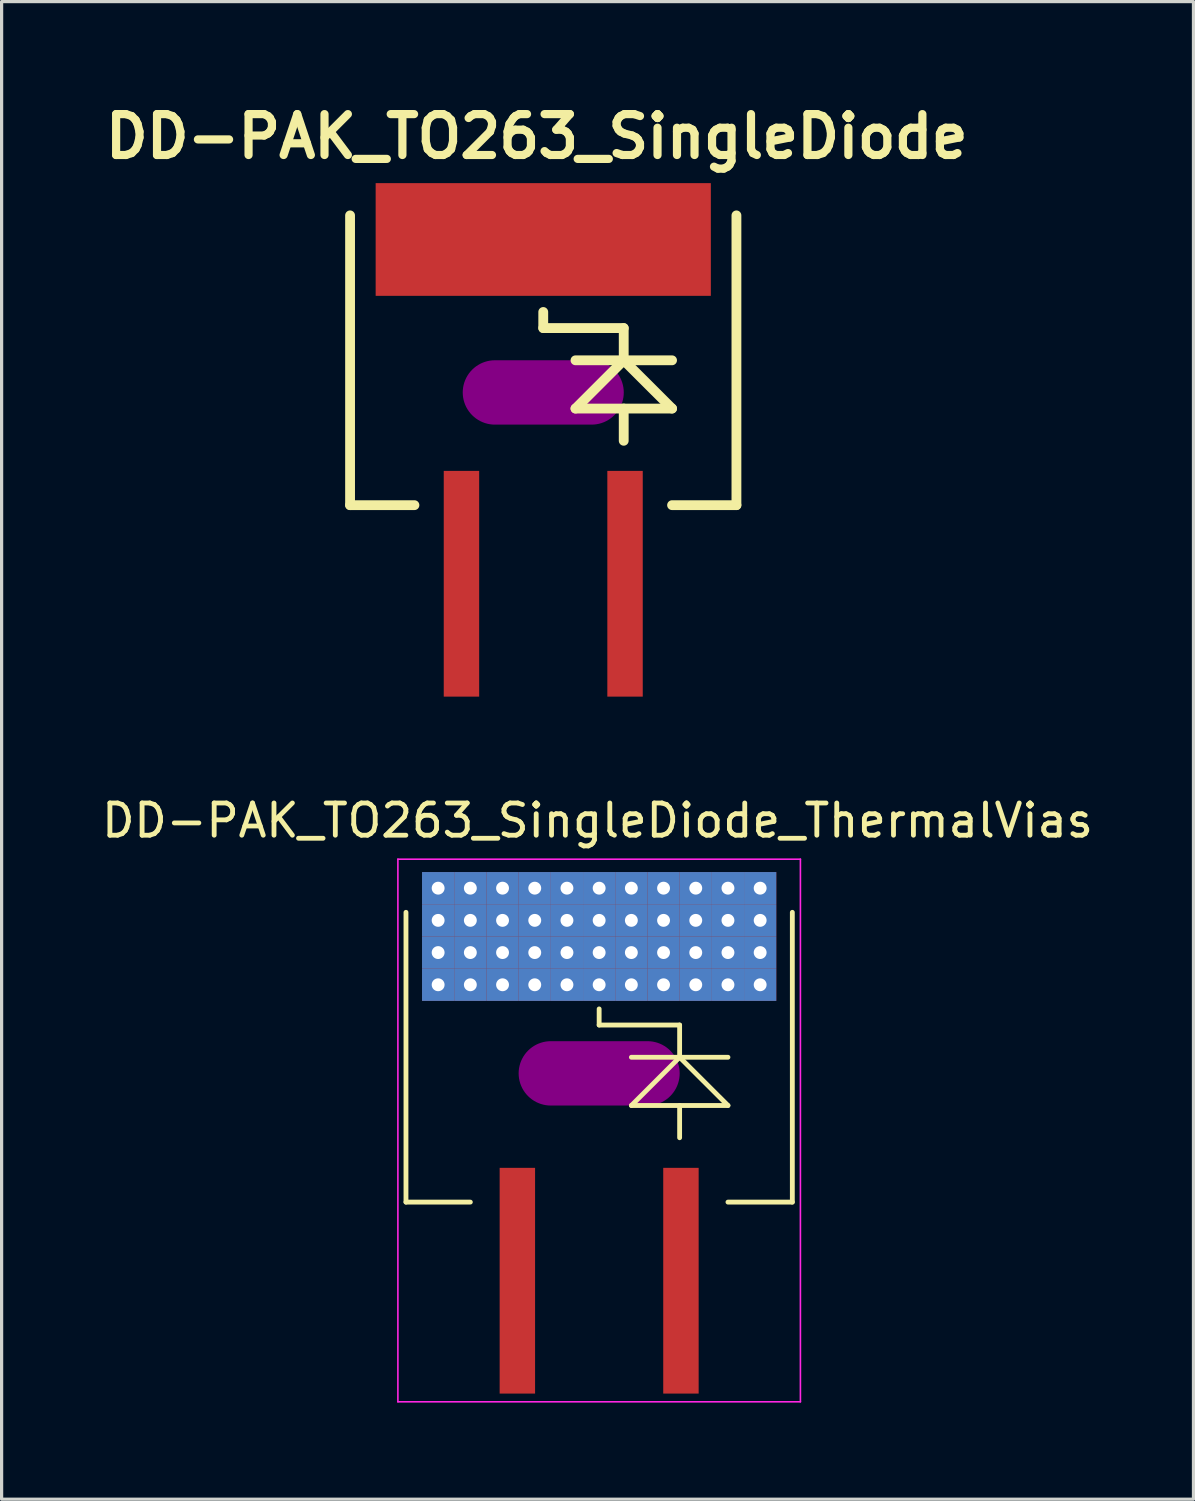
<source format=kicad_pcb>
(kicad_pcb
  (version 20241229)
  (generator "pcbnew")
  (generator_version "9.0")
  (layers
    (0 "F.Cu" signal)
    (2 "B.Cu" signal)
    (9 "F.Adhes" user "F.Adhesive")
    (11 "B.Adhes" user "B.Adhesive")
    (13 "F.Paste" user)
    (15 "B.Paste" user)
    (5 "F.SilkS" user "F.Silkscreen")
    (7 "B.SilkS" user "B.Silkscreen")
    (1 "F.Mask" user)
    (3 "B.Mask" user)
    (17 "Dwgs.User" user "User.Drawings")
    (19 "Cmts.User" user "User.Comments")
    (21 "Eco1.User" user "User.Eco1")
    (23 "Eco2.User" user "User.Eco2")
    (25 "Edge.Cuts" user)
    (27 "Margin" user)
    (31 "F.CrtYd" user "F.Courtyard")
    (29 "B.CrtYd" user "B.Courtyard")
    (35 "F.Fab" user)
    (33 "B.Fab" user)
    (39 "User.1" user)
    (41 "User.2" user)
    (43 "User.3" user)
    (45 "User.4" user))
  (footprint "DD-PAK_TO263_SingleDiode_ThermalVias"
    (layer "F.Cu")
    (at 15.556 32.281)
    (property "Reference" "DD-PAK_TO263_SingleDiode_ThermalVias" (at -0.05 -9.85 0) (layer "F.SilkS") (effects (font (size 1 1) (thickness 0.15))))
    (attr smd)
    (fp_line (start -5.5 -8.25) (end 5.5 -8.25) (stroke (width 0.45) (type solid)) (layer "F.Mask"))
    (fp_line (start -5.5 -4.25) (end -5.5 -8.25) (stroke (width 0.45) (type solid)) (layer "F.Mask"))
    (fp_line (start -5.25 -7.25) (end 5.25 -7.25) (stroke (width 0.45) (type solid)) (layer "F.Mask"))
    (fp_line (start -5.25 -6.25) (end 5.25 -6.25) (stroke (width 0.45) (type solid)) (layer "F.Mask"))
    (fp_line (start -5.25 -5.25) (end 5.25 -5.25) (stroke (width 0.45) (type solid)) (layer "F.Mask"))
    (fp_line (start -4.5 -8.05) (end -4.5 -4.5) (stroke (width 0.45) (type solid)) (layer "F.Mask"))
    (fp_line (start -3.5 -8.05) (end -3.5 -4.5) (stroke (width 0.45) (type solid)) (layer "F.Mask"))
    (fp_line (start -2.5 -8.05) (end -2.5 -4.5) (stroke (width 0.45) (type solid)) (layer "F.Mask"))
    (fp_line (start -1.5 -8.05) (end -1.5 -4.5) (stroke (width 0.45) (type solid)) (layer "F.Mask"))
    (fp_line (start -0.5 -8.05) (end -0.5 -4.5) (stroke (width 0.45) (type solid)) (layer "F.Mask"))
    (fp_line (start 0.5 -8.05) (end 0.5 -4.5) (stroke (width 0.45) (type solid)) (layer "F.Mask"))
    (fp_line (start 1.5 -8.05) (end 1.5 -4.5) (stroke (width 0.45) (type solid)) (layer "F.Mask"))
    (fp_line (start 2.5 -8.05) (end 2.5 -4.5) (stroke (width 0.45) (type solid)) (layer "F.Mask"))
    (fp_line (start 3.5 -8.05) (end 3.5 -4.5) (stroke (width 0.45) (type solid)) (layer "F.Mask"))
    (fp_line (start 4.5 -8.05) (end 4.5 -4.5) (stroke (width 0.45) (type solid)) (layer "F.Mask"))
    (fp_line (start 5.5 -8.25) (end 5.5 -4.25) (stroke (width 0.45) (type solid)) (layer "F.Mask"))
    (fp_line (start 5.5 -4.25) (end -5.5 -4.25) (stroke (width 0.45) (type solid)) (layer "F.Mask"))
    (fp_circle (center -5 -7.75) (end -4.9 -7.75) (stroke (width 0.215) (type solid)) (fill no) (layer "F.Mask"))
    (fp_circle (center -5 -6.75) (end -4.9 -6.75) (stroke (width 0.215) (type solid)) (fill no) (layer "F.Mask"))
    (fp_circle (center -5 -5.75) (end -4.9 -5.75) (stroke (width 0.215) (type solid)) (fill no) (layer "F.Mask"))
    (fp_circle (center -5 -4.75) (end -4.9 -4.75) (stroke (width 0.215) (type solid)) (fill no) (layer "F.Mask"))
    (fp_circle (center -4 -7.75) (end -3.9 -7.75) (stroke (width 0.215) (type solid)) (fill no) (layer "F.Mask"))
    (fp_circle (center -4 -6.75) (end -3.9 -6.75) (stroke (width 0.215) (type solid)) (fill no) (layer "F.Mask"))
    (fp_circle (center -4 -5.75) (end -3.9 -5.75) (stroke (width 0.215) (type solid)) (fill no) (layer "F.Mask"))
    (fp_circle (center -4 -4.75) (end -3.9 -4.75) (stroke (width 0.215) (type solid)) (fill no) (layer "F.Mask"))
    (fp_circle (center -3 -7.75) (end -2.9 -7.75) (stroke (width 0.215) (type solid)) (fill no) (layer "F.Mask"))
    (fp_circle (center -3 -6.75) (end -2.9 -6.75) (stroke (width 0.215) (type solid)) (fill no) (layer "F.Mask"))
    (fp_circle (center -3 -5.75) (end -2.9 -5.75) (stroke (width 0.215) (type solid)) (fill no) (layer "F.Mask"))
    (fp_circle (center -3 -4.75) (end -2.9 -4.75) (stroke (width 0.215) (type solid)) (fill no) (layer "F.Mask"))
    (fp_circle (center -2 -7.75) (end -1.9 -7.75) (stroke (width 0.215) (type solid)) (fill no) (layer "F.Mask"))
    (fp_circle (center -2 -6.75) (end -1.9 -6.75) (stroke (width 0.215) (type solid)) (fill no) (layer "F.Mask"))
    (fp_circle (center -2 -5.75) (end -1.9 -5.75) (stroke (width 0.215) (type solid)) (fill no) (layer "F.Mask"))
    (fp_circle (center -2 -4.75) (end -1.9 -4.75) (stroke (width 0.215) (type solid)) (fill no) (layer "F.Mask"))
    (fp_circle (center -1 -7.75) (end -0.9 -7.75) (stroke (width 0.215) (type solid)) (fill no) (layer "F.Mask"))
    (fp_circle (center -1 -6.75) (end -0.9 -6.75) (stroke (width 0.215) (type solid)) (fill no) (layer "F.Mask"))
    (fp_circle (center -1 -5.75) (end -0.9 -5.75) (stroke (width 0.215) (type solid)) (fill no) (layer "F.Mask"))
    (fp_circle (center -1 -4.75) (end -0.9 -4.75) (stroke (width 0.215) (type solid)) (fill no) (layer "F.Mask"))
    (fp_circle (center 0 -7.75) (end 0.1 -7.75) (stroke (width 0.215) (type solid)) (fill no) (layer "F.Mask"))
    (fp_circle (center 0 -6.75) (end 0.1 -6.75) (stroke (width 0.215) (type solid)) (fill no) (layer "F.Mask"))
    (fp_circle (center 0 -5.75) (end 0.1 -5.75) (stroke (width 0.215) (type solid)) (fill no) (layer "F.Mask"))
    (fp_circle (center 0 -4.75) (end 0.1 -4.75) (stroke (width 0.215) (type solid)) (fill no) (layer "F.Mask"))
    (fp_circle (center 1 -7.75) (end 1.1 -7.75) (stroke (width 0.215) (type solid)) (fill no) (layer "F.Mask"))
    (fp_circle (center 1 -6.75) (end 1.1 -6.75) (stroke (width 0.215) (type solid)) (fill no) (layer "F.Mask"))
    (fp_circle (center 1 -5.75) (end 1.1 -5.75) (stroke (width 0.215) (type solid)) (fill no) (layer "F.Mask"))
    (fp_circle (center 1 -4.75) (end 1.1 -4.75) (stroke (width 0.215) (type solid)) (fill no) (layer "F.Mask"))
    (fp_circle (center 2 -7.75) (end 2.1 -7.75) (stroke (width 0.215) (type solid)) (fill no) (layer "F.Mask"))
    (fp_circle (center 2 -6.75) (end 2.1 -6.75) (stroke (width 0.215) (type solid)) (fill no) (layer "F.Mask"))
    (fp_circle (center 2 -5.75) (end 2.1 -5.75) (stroke (width 0.215) (type solid)) (fill no) (layer "F.Mask"))
    (fp_circle (center 2 -4.75) (end 2.1 -4.75) (stroke (width 0.215) (type solid)) (fill no) (layer "F.Mask"))
    (fp_circle (center 3 -7.75) (end 3.1 -7.75) (stroke (width 0.215) (type solid)) (fill no) (layer "F.Mask"))
    (fp_circle (center 3 -6.75) (end 3.1 -6.75) (stroke (width 0.215) (type solid)) (fill no) (layer "F.Mask"))
    (fp_circle (center 3 -5.75) (end 3.1 -5.75) (stroke (width 0.215) (type solid)) (fill no) (layer "F.Mask"))
    (fp_circle (center 3 -4.75) (end 3.1 -4.75) (stroke (width 0.215) (type solid)) (fill no) (layer "F.Mask"))
    (fp_circle (center 4 -7.75) (end 4.1 -7.75) (stroke (width 0.215) (type solid)) (fill no) (layer "F.Mask"))
    (fp_circle (center 4 -6.75) (end 4.1 -6.75) (stroke (width 0.215) (type solid)) (fill no) (layer "F.Mask"))
    (fp_circle (center 4 -5.75) (end 4.1 -5.75) (stroke (width 0.215) (type solid)) (fill no) (layer "F.Mask"))
    (fp_circle (center 4 -4.75) (end 4.1 -4.75) (stroke (width 0.215) (type solid)) (fill no) (layer "F.Mask"))
    (fp_circle (center 5 -7.75) (end 5.1 -7.75) (stroke (width 0.215) (type solid)) (fill no) (layer "F.Mask"))
    (fp_circle (center 5 -6.75) (end 5.1 -6.75) (stroke (width 0.215) (type solid)) (fill no) (layer "F.Mask"))
    (fp_circle (center 5 -5.75) (end 5.1 -5.75) (stroke (width 0.215) (type solid)) (fill no) (layer "F.Mask"))
    (fp_circle (center 5 -4.75) (end 5.1 -4.75) (stroke (width 0.215) (type solid)) (fill no) (layer "F.Mask"))
    (fp_line (start -5.999 -7) (end -5.999 1.999) (stroke (width 0.15) (type solid)) (layer "F.SilkS"))
    (fp_line (start -5.999 1.999) (end -4 1.999) (stroke (width 0.15) (type solid)) (layer "F.SilkS"))
    (fp_line (start 0 -3.5) (end 0 -4) (stroke (width 0.15) (type solid)) (layer "F.SilkS"))
    (fp_line (start 1.001 -2.499) (end 4 -2.499) (stroke (width 0.15) (type solid)) (layer "F.SilkS"))
    (fp_line (start 1.001 -1.001) (end 4 -1.001) (stroke (width 0.15) (type solid)) (layer "F.SilkS"))
    (fp_line (start 2.499 -3.5) (end 0 -3.5) (stroke (width 0.15) (type solid)) (layer "F.SilkS"))
    (fp_line (start 2.499 -2.499) (end 1.001 -1.001) (stroke (width 0.15) (type solid)) (layer "F.SilkS"))
    (fp_line (start 2.499 -2.499) (end 2.499 -3.5) (stroke (width 0.15) (type solid)) (layer "F.SilkS"))
    (fp_line (start 2.499 -1.001) (end 2.499 0) (stroke (width 0.15) (type solid)) (layer "F.SilkS"))
    (fp_line (start 4 -1.001) (end 2.499 -2.499) (stroke (width 0.15) (type solid)) (layer "F.SilkS"))
    (fp_line (start 4 1.999) (end 5.999 1.999) (stroke (width 0.15) (type solid)) (layer "F.SilkS"))
    (fp_line (start 5.999 1.999) (end 5.999 -7) (stroke (width 0.15) (type solid)) (layer "F.SilkS"))
    (fp_line (start -5.25 -7.25) (end 5.25 -7.25) (stroke (width 0.45) (type solid)) (layer "F.Paste"))
    (fp_line (start -5.25 -6.25) (end 5.25 -6.25) (stroke (width 0.45) (type solid)) (layer "F.Paste"))
    (fp_line (start -5.25 -5.25) (end 5.25 -5.25) (stroke (width 0.45) (type solid)) (layer "F.Paste"))
    (fp_line (start -4.5 -8.05) (end -4.5 -4.5) (stroke (width 0.45) (type solid)) (layer "F.Paste"))
    (fp_line (start -3.5 -8.05) (end -3.5 -4.5) (stroke (width 0.45) (type solid)) (layer "F.Paste"))
    (fp_line (start -2.5 -8.05) (end -2.5 -4.5) (stroke (width 0.45) (type solid)) (layer "F.Paste"))
    (fp_line (start -1.5 -8.05) (end -1.5 -4.5) (stroke (width 0.45) (type solid)) (layer "F.Paste"))
    (fp_line (start -0.5 -8.05) (end -0.5 -4.5) (stroke (width 0.45) (type solid)) (layer "F.Paste"))
    (fp_line (start 0.5 -8.05) (end 0.5 -4.5) (stroke (width 0.45) (type solid)) (layer "F.Paste"))
    (fp_line (start 1.5 -8.05) (end 1.5 -4.5) (stroke (width 0.45) (type solid)) (layer "F.Paste"))
    (fp_line (start 2.5 -8.05) (end 2.5 -4.5) (stroke (width 0.45) (type solid)) (layer "F.Paste"))
    (fp_line (start 3.5 -8.05) (end 3.5 -4.5) (stroke (width 0.45) (type solid)) (layer "F.Paste"))
    (fp_line (start 4.5 -8.05) (end 4.5 -4.5) (stroke (width 0.45) (type solid)) (layer "F.Paste"))
    (fp_line (start -6.25 -8.65) (end 6.25 -8.65) (stroke (width 0.05) (type solid)) (layer "F.CrtYd"))
    (fp_line (start -6.25 8.2) (end -6.25 -8.65) (stroke (width 0.05) (type solid)) (layer "F.CrtYd"))
    (fp_line (start 6.25 -8.65) (end 6.25 8.2) (stroke (width 0.05) (type solid)) (layer "F.CrtYd"))
    (fp_line (start 6.25 8.2) (end -6.25 8.2) (stroke (width 0.05) (type solid)) (layer "F.CrtYd"))
    (pad "" smd oval (at 0 -1.999) (size 5.001 1.999) (layers "F.Adhes"))
    (pad "1" smd rect (at -2.54 4.44) (size 1.1 7.01) (layers "F.Cu" "F.Mask" "F.Paste"))
    (pad "2" thru_hole rect (at -5 -7.75) (size 1 1) (drill 0.4) (layers "*.Cu" "B.Mask"))
    (pad "2" thru_hole rect (at -5 -6.75) (size 1 1) (drill 0.4) (layers "*.Cu" "B.Mask"))
    (pad "2" thru_hole rect (at -5 -5.75) (size 1 1) (drill 0.4) (layers "*.Cu" "B.Mask"))
    (pad "2" thru_hole rect (at -5 -4.75) (size 1 1) (drill 0.4) (layers "*.Cu" "B.Mask"))
    (pad "2" thru_hole rect (at -4 -7.75) (size 1 1) (drill 0.4) (layers "*.Cu" "B.Mask"))
    (pad "2" thru_hole rect (at -4 -6.75) (size 1 1) (drill 0.4) (layers "*.Cu" "B.Mask"))
    (pad "2" thru_hole rect (at -4 -5.75) (size 1 1) (drill 0.4) (layers "*.Cu" "B.Mask"))
    (pad "2" thru_hole rect (at -4 -4.75) (size 1 1) (drill 0.4) (layers "*.Cu" "B.Mask"))
    (pad "2" thru_hole rect (at -3 -7.75) (size 1 1) (drill 0.4) (layers "*.Cu" "B.Mask"))
    (pad "2" thru_hole rect (at -3 -6.75) (size 1 1) (drill 0.4) (layers "*.Cu" "B.Mask"))
    (pad "2" thru_hole rect (at -3 -5.75) (size 1 1) (drill 0.4) (layers "*.Cu" "B.Mask"))
    (pad "2" thru_hole rect (at -3 -4.75) (size 1 1) (drill 0.4) (layers "*.Cu" "B.Mask"))
    (pad "2" thru_hole rect (at -2 -7.75) (size 1 1) (drill 0.4) (layers "*.Cu" "B.Mask"))
    (pad "2" thru_hole rect (at -2 -6.75) (size 1 1) (drill 0.4) (layers "*.Cu" "B.Mask"))
    (pad "2" thru_hole rect (at -2 -5.75) (size 1 1) (drill 0.4) (layers "*.Cu" "B.Mask"))
    (pad "2" thru_hole rect (at -2 -4.75) (size 1 1) (drill 0.4) (layers "*.Cu" "B.Mask"))
    (pad "2" thru_hole rect (at -1 -7.75) (size 1 1) (drill 0.4) (layers "*.Cu" "B.Mask"))
    (pad "2" thru_hole rect (at -1 -6.75) (size 1 1) (drill 0.4) (layers "*.Cu" "B.Mask"))
    (pad "2" thru_hole rect (at -1 -5.75) (size 1 1) (drill 0.4) (layers "*.Cu" "B.Mask"))
    (pad "2" thru_hole rect (at -1 -4.75) (size 1 1) (drill 0.4) (layers "*.Cu" "B.Mask"))
    (pad "2" thru_hole rect (at 0 -7.75) (size 1 1) (drill 0.4) (layers "*.Cu" "B.Mask"))
    (pad "2" thru_hole rect (at 0 -6.75) (size 1 1) (drill 0.4) (layers "*.Cu" "B.Mask"))
    (pad "2" thru_hole rect (at 0 -5.75) (size 1 1) (drill 0.4) (layers "*.Cu" "B.Mask"))
    (pad "2" thru_hole rect (at 0 -4.75) (size 1 1) (drill 0.4) (layers "*.Cu" "B.Mask"))
    (pad "2" thru_hole rect (at 1 -7.75) (size 1 1) (drill 0.4) (layers "*.Cu" "B.Mask"))
    (pad "2" thru_hole rect (at 1 -6.75) (size 1 1) (drill 0.4) (layers "*.Cu" "B.Mask"))
    (pad "2" thru_hole rect (at 1 -5.75) (size 1 1) (drill 0.4) (layers "*.Cu" "B.Mask"))
    (pad "2" thru_hole rect (at 1 -4.75) (size 1 1) (drill 0.4) (layers "*.Cu" "B.Mask"))
    (pad "2" thru_hole rect (at 2 -7.75) (size 1 1) (drill 0.4) (layers "*.Cu" "B.Mask"))
    (pad "2" thru_hole rect (at 2 -6.75) (size 1 1) (drill 0.4) (layers "*.Cu" "B.Mask"))
    (pad "2" thru_hole rect (at 2 -5.75) (size 1 1) (drill 0.4) (layers "*.Cu" "B.Mask"))
    (pad "2" thru_hole rect (at 2 -4.75) (size 1 1) (drill 0.4) (layers "*.Cu" "B.Mask"))
    (pad "2" thru_hole rect (at 3 -7.75) (size 1 1) (drill 0.4) (layers "*.Cu" "B.Mask"))
    (pad "2" thru_hole rect (at 3 -6.75) (size 1 1) (drill 0.4) (layers "*.Cu" "B.Mask"))
    (pad "2" thru_hole rect (at 3 -5.75) (size 1 1) (drill 0.4) (layers "*.Cu" "B.Mask"))
    (pad "2" thru_hole rect (at 3 -4.75) (size 1 1) (drill 0.4) (layers "*.Cu" "B.Mask"))
    (pad "2" thru_hole rect (at 4 -7.75) (size 1 1) (drill 0.4) (layers "*.Cu" "B.Mask"))
    (pad "2" thru_hole rect (at 4 -6.75) (size 1 1) (drill 0.4) (layers "*.Cu" "B.Mask"))
    (pad "2" thru_hole rect (at 4 -5.75) (size 1 1) (drill 0.4) (layers "*.Cu" "B.Mask"))
    (pad "2" thru_hole rect (at 4 -4.75) (size 1 1) (drill 0.4) (layers "*.Cu" "B.Mask"))
    (pad "2" thru_hole rect (at 5 -7.75) (size 1 1) (drill 0.4) (layers "*.Cu" "B.Mask"))
    (pad "2" thru_hole rect (at 5 -6.75) (size 1 1) (drill 0.4) (layers "*.Cu" "B.Mask"))
    (pad "2" thru_hole rect (at 5 -5.75) (size 1 1) (drill 0.4) (layers "*.Cu" "B.Mask"))
    (pad "2" thru_hole rect (at 5 -4.75) (size 1 1) (drill 0.4) (layers "*.Cu" "B.Mask"))
    (pad "3" smd rect (at 2.54 4.44) (size 1.1 7.01) (layers "F.Cu" "F.Mask" "F.Paste")))
  (footprint "DD-PAK_TO263_SingleDiode"
    (layer "F.Cu")
    (at 13.82 10.638)
    (property "Reference" "DD-PAK_TO263_SingleDiode" (at -0.201 -9.449 0) (layer "F.SilkS") (effects (font (size 1.27 1.27) (thickness 0.254))))
    (attr smd)
    (fp_line (start -5.999 -7) (end -5.999 1.999) (stroke (width 0.305) (type solid)) (layer "F.SilkS"))
    (fp_line (start -5.999 1.999) (end -4 1.999) (stroke (width 0.305) (type solid)) (layer "F.SilkS"))
    (fp_line (start 0 -3.5) (end 0 -4) (stroke (width 0.305) (type solid)) (layer "F.SilkS"))
    (fp_line (start 1.001 -2.499) (end 4 -2.499) (stroke (width 0.305) (type solid)) (layer "F.SilkS"))
    (fp_line (start 1.001 -1.001) (end 4 -1.001) (stroke (width 0.305) (type solid)) (layer "F.SilkS"))
    (fp_line (start 2.499 -3.5) (end 0 -3.5) (stroke (width 0.305) (type solid)) (layer "F.SilkS"))
    (fp_line (start 2.499 -2.499) (end 1.001 -1.001) (stroke (width 0.305) (type solid)) (layer "F.SilkS"))
    (fp_line (start 2.499 -2.499) (end 2.499 -3.5) (stroke (width 0.305) (type solid)) (layer "F.SilkS"))
    (fp_line (start 2.499 -1.001) (end 2.499 0) (stroke (width 0.305) (type solid)) (layer "F.SilkS"))
    (fp_line (start 4 -1.001) (end 2.499 -2.499) (stroke (width 0.305) (type solid)) (layer "F.SilkS"))
    (fp_line (start 4 1.999) (end 5.999 1.999) (stroke (width 0.305) (type solid)) (layer "F.SilkS"))
    (fp_line (start 5.999 1.999) (end 5.999 -7) (stroke (width 0.305) (type solid)) (layer "F.SilkS"))
    (pad "" smd oval (at 0 -1.501) (size 5.001 1.999) (layers "F.Adhes"))
    (pad "1" smd rect (at -2.54 4.44) (size 1.1 7.01) (layers "F.Cu" "F.Mask" "F.Paste"))
    (pad "2" smd rect (at 0 -6.251) (size 10.409 3.5) (layers "F.Cu" "F.Mask" "F.Paste"))
    (pad "3" smd rect (at 2.54 4.44) (size 1.1 7.01) (layers "F.Cu" "F.Mask" "F.Paste")))
  (gr_rect
    (start -3 -3)
    (end 34.012 43.506)
    (stroke (width 0.1) (type default))
    (fill no)
    (layer "Edge.Cuts")))
</source>
